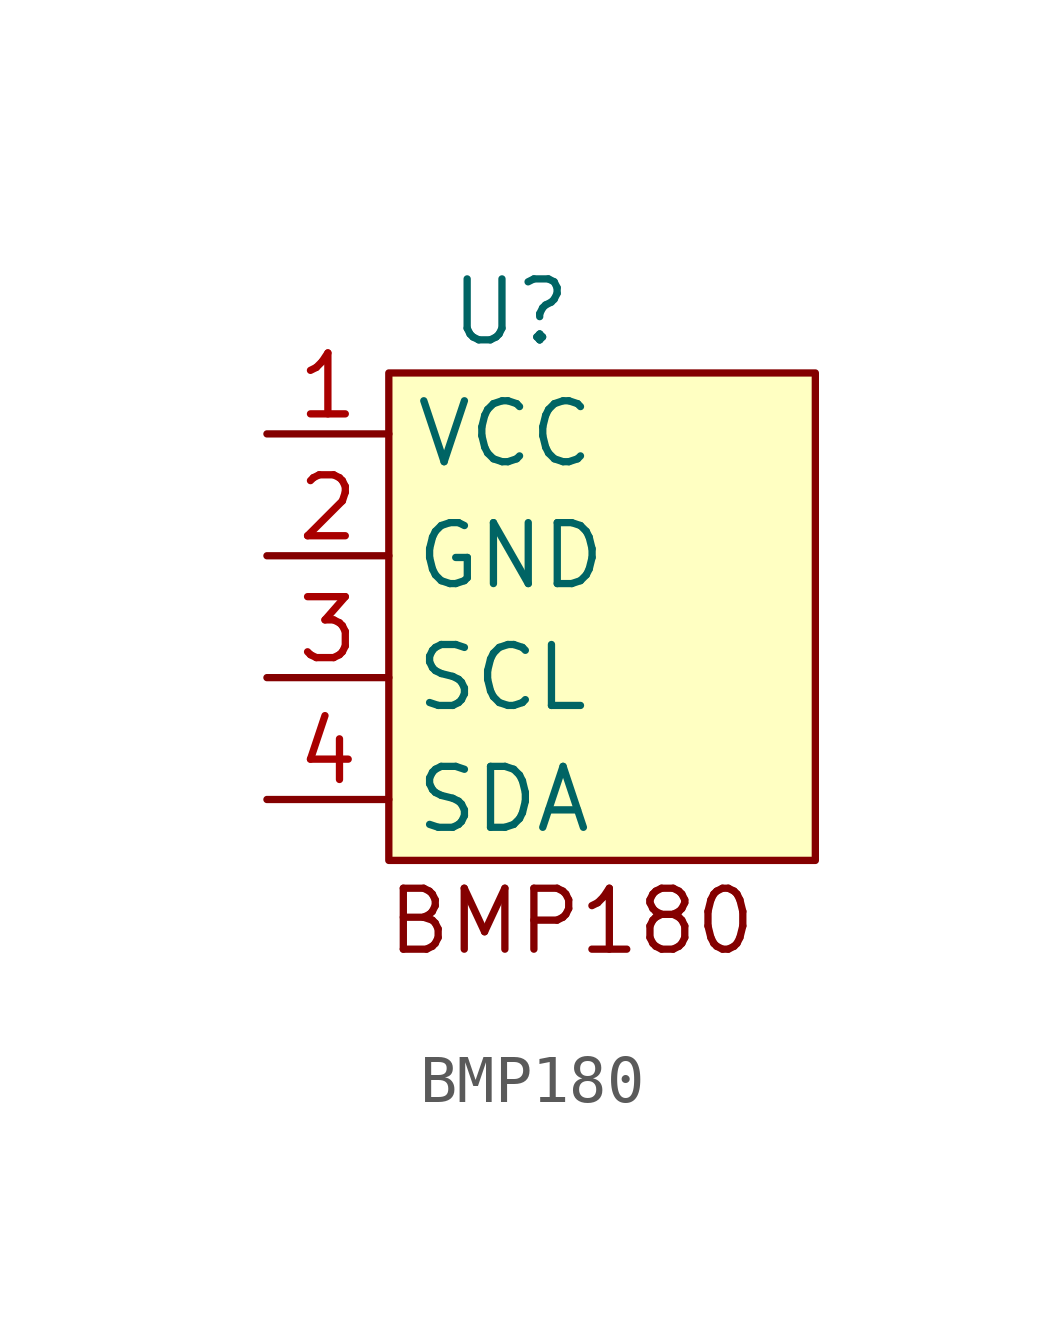
<source format=kicad_sym>
(kicad_symbol_lib
  (version 20220914)
  (generator kicad_symbol_editor)
  (symbol "BMP180"
    (property "Reference" "U"
      (at 0 6.35 0)
      (effects (font (size 1.27 1.27))))
    (property "Value" ""
      (at -5.08 3.81 0)
      (effects (font (size 1.27 1.27))))
    (symbol "BMP180_0_1"
      (rectangle (start -2.54 5.08) (end 6.35 -5.08) (stroke (width 0) (type default)) (fill (type background)))
      (text "BMP180" (at 1.27 -6.35 0) (effects (font (size 1.27 1.27)))))
    (symbol "BMP180_1_1"
      (pin input line (at -5.08 3.81 0) (length 2.54) (name "VCC" (effects (font (size 1.27 1.27)))) (number "1" (effects (font (size 1.27 1.27)))))
      (pin input line (at -5.08 1.27 0) (length 2.54) (name "GND" (effects (font (size 1.27 1.27)))) (number "2" (effects (font (size 1.27 1.27)))))
      (pin input line (at -5.08 -1.27 0) (length 2.54) (name "SCL" (effects (font (size 1.27 1.27)))) (number "3" (effects (font (size 1.27 1.27)))))
      (pin input line (at -5.08 -3.81 0) (length 2.54) (name "SDA" (effects (font (size 1.27 1.27)))) (number "4" (effects (font (size 1.27 1.27))))))))
</source>
